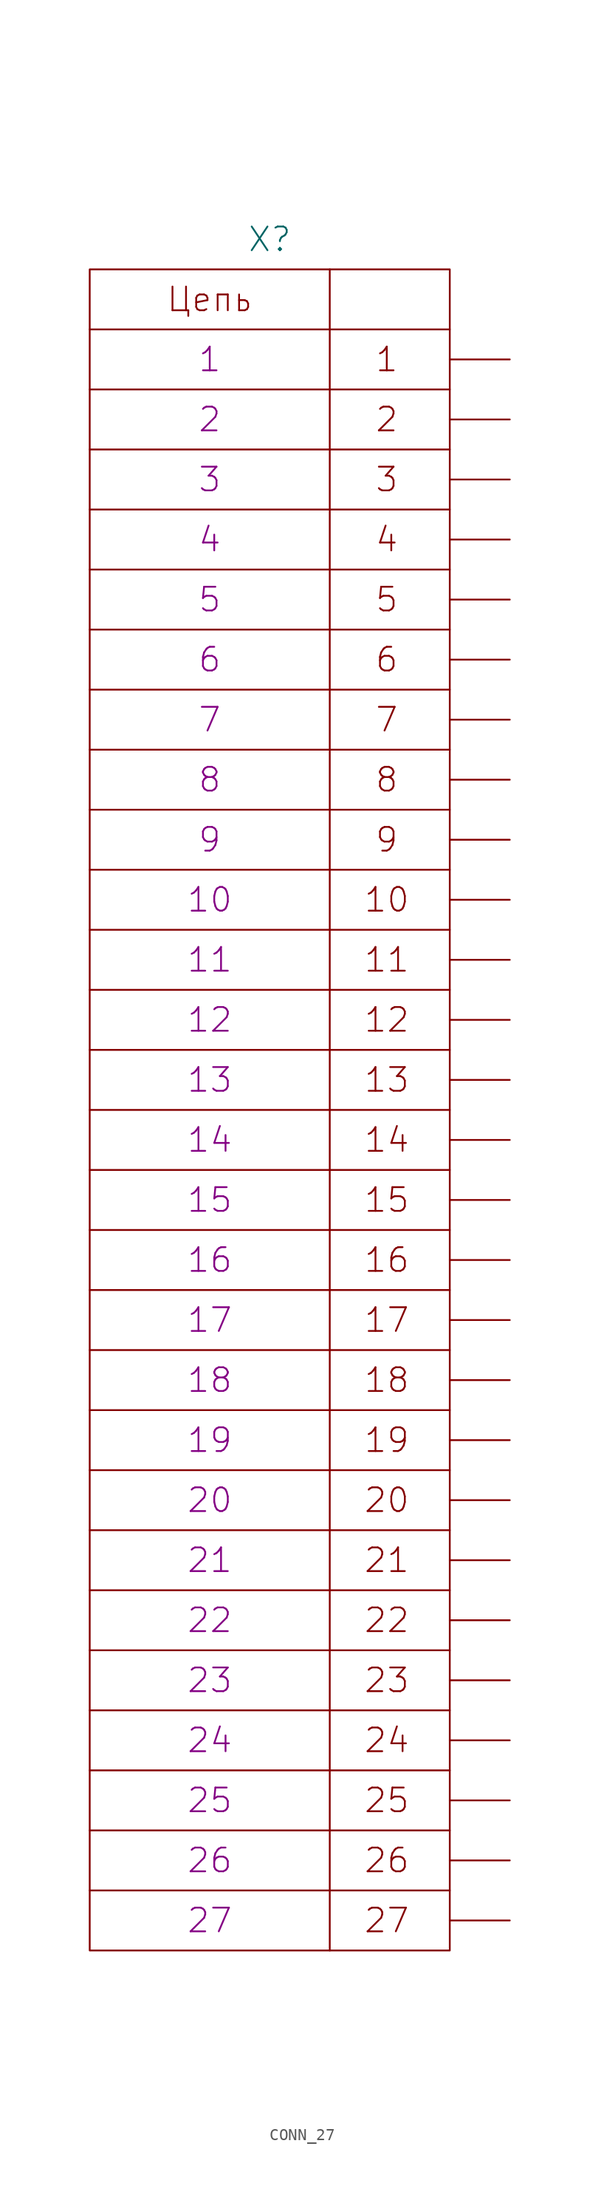
<source format=kicad_sym>
(kicad_symbol_lib
  (version 20231120)
  (generator "kicad_symbol_editor")
  (generator_version "8.0")
  (symbol "CONN_27"
    (pin_numbers hide)
    (pin_names
      (offset 0) hide)
    (property "Reference" "X"
      (at 0 73.66 0)
      (effects (font (size 2.007 2.007))))
    (property "PIN1" "1"
      (at -5.08 63.5 0)
      (effects (font (size 2.007 2.007))))
    (property "PIN2" "2"
      (at -5.08 58.42 0)
      (effects (font (size 2.007 2.007))))
    (property "PIN3" "3"
      (at -5.08 53.34 0)
      (effects (font (size 2.007 2.007))))
    (property "PIN4" "4"
      (at -5.08 48.26 0)
      (effects (font (size 2.007 2.007))))
    (property "PIN5" "5"
      (at -5.08 43.18 0)
      (effects (font (size 2.007 2.007))))
    (property "PIN6" "6"
      (at -5.08 38.1 0)
      (effects (font (size 2.007 2.007))))
    (property "PIN7" "7"
      (at -5.08 33.02 0)
      (effects (font (size 2.007 2.007))))
    (property "PIN8" "8"
      (at -5.08 27.94 0)
      (effects (font (size 2.007 2.007))))
    (property "PIN9" "9"
      (at -5.08 22.86 0)
      (effects (font (size 2.007 2.007))))
    (property "PIN10" "10"
      (at -5.08 17.78 0)
      (effects (font (size 2.007 2.007))))
    (property "PIN11" "11"
      (at -5.08 12.7 0)
      (effects (font (size 2.007 2.007))))
    (property "PIN12" "12"
      (at -5.08 7.62 0)
      (effects (font (size 2.007 2.007))))
    (property "PIN13" "13"
      (at -5.08 2.54 0)
      (effects (font (size 2.007 2.007))))
    (property "PIN14" "14"
      (at -5.08 -2.54 0)
      (effects (font (size 2.007 2.007))))
    (property "PIN15" "15"
      (at -5.08 -7.62 0)
      (effects (font (size 2.007 2.007))))
    (property "PIN16" "16"
      (at -5.08 -12.7 0)
      (effects (font (size 2.007 2.007))))
    (property "PIN17" "17"
      (at -5.08 -17.78 0)
      (effects (font (size 2.007 2.007))))
    (property "PIN18" "18"
      (at -5.08 -22.86 0)
      (effects (font (size 2.007 2.007))))
    (property "PIN19" "19"
      (at -5.08 -27.94 0)
      (effects (font (size 2.007 2.007))))
    (property "PIN20" "20"
      (at -5.08 -33.02 0)
      (effects (font (size 2.007 2.007))))
    (property "PIN21" "21"
      (at -5.08 -38.1 0)
      (effects (font (size 2.007 2.007))))
    (property "PIN22" "22"
      (at -5.08 -43.18 0)
      (effects (font (size 2.007 2.007))))
    (property "PIN23" "23"
      (at -5.08 -48.26 0)
      (effects (font (size 2.007 2.007))))
    (property "PIN24" "24"
      (at -5.08 -53.34 0)
      (effects (font (size 2.007 2.007))))
    (property "PIN25" "25"
      (at -5.08 -58.42 0)
      (effects (font (size 2.007 2.007))))
    (property "PIN26" "26"
      (at -5.08 -63.5 0)
      (effects (font (size 2.007 2.007))))
    (property "PIN27" "27"
      (at -5.08 -68.58 0)
      (effects (font (size 2.007 2.007))))
    (symbol "CONN_27_0_0"
      (polyline (pts (xy -15.24 -66.04) (xy 15.24 -66.04)) (stroke (width 0) (type solid)) (fill (type none)))
      (polyline (pts (xy -15.24 -60.96) (xy 15.24 -60.96)) (stroke (width 0) (type solid)) (fill (type none)))
      (polyline (pts (xy -15.24 -55.88) (xy 15.24 -55.88)) (stroke (width 0) (type solid)) (fill (type none)))
      (polyline (pts (xy -15.24 -50.8) (xy 15.24 -50.8)) (stroke (width 0) (type solid)) (fill (type none)))
      (polyline (pts (xy -15.24 -45.72) (xy 15.24 -45.72)) (stroke (width 0) (type solid)) (fill (type none)))
      (polyline (pts (xy -15.24 -40.64) (xy 15.24 -40.64)) (stroke (width 0) (type solid)) (fill (type none)))
      (polyline (pts (xy -15.24 -35.56) (xy 15.24 -35.56)) (stroke (width 0) (type solid)) (fill (type none)))
      (polyline (pts (xy -15.24 -30.48) (xy 15.24 -30.48)) (stroke (width 0) (type solid)) (fill (type none)))
      (polyline (pts (xy -15.24 -25.4) (xy 15.24 -25.4)) (stroke (width 0) (type solid)) (fill (type none)))
      (polyline (pts (xy -15.24 -20.32) (xy 15.24 -20.32)) (stroke (width 0) (type solid)) (fill (type none)))
      (polyline (pts (xy -15.24 -15.24) (xy 15.24 -15.24)) (stroke (width 0) (type solid)) (fill (type none)))
      (polyline (pts (xy -15.24 -10.16) (xy 15.24 -10.16)) (stroke (width 0) (type solid)) (fill (type none)))
      (polyline (pts (xy -15.24 -5.08) (xy 15.24 -5.08)) (stroke (width 0) (type solid)) (fill (type none)))
      (polyline (pts (xy -15.24 0) (xy 15.24 0)) (stroke (width 0) (type solid)) (fill (type none)))
      (polyline (pts (xy -15.24 5.08) (xy 15.24 5.08)) (stroke (width 0) (type solid)) (fill (type none)))
      (polyline (pts (xy -15.24 10.16) (xy 15.24 10.16)) (stroke (width 0) (type solid)) (fill (type none)))
      (polyline (pts (xy -15.24 15.24) (xy 15.24 15.24)) (stroke (width 0) (type solid)) (fill (type none)))
      (polyline (pts (xy -15.24 20.32) (xy 15.24 20.32)) (stroke (width 0) (type solid)) (fill (type none)))
      (polyline (pts (xy -15.24 25.4) (xy 15.24 25.4)) (stroke (width 0) (type solid)) (fill (type none)))
      (polyline (pts (xy -15.24 30.48) (xy 15.24 30.48)) (stroke (width 0) (type solid)) (fill (type none)))
      (polyline (pts (xy -15.24 35.56) (xy 15.24 35.56)) (stroke (width 0) (type solid)) (fill (type none)))
      (polyline (pts (xy -15.24 40.64) (xy 15.24 40.64)) (stroke (width 0) (type solid)) (fill (type none)))
      (polyline (pts (xy -15.24 45.72) (xy 15.24 45.72)) (stroke (width 0) (type solid)) (fill (type none)))
      (polyline (pts (xy -15.24 50.8) (xy 15.24 50.8)) (stroke (width 0) (type solid)) (fill (type none)))
      (polyline (pts (xy -15.24 55.88) (xy 15.24 55.88)) (stroke (width 0) (type solid)) (fill (type none)))
      (polyline (pts (xy -15.24 60.96) (xy 15.24 60.96)) (stroke (width 0) (type solid)) (fill (type none)))
      (polyline (pts (xy -15.24 66.04) (xy 15.24 66.04)) (stroke (width 0) (type solid)) (fill (type none)))
      (polyline (pts (xy 5.08 71.12) (xy 5.08 -71.12)) (stroke (width 0) (type solid)) (fill (type none)))
      (rectangle (start 15.24 71.12) (end -15.24 -71.12) (stroke (width 0) (type solid)) (fill (type none))))
    (symbol "CONN_27_1_1"
      (text "1" (at 9.906 63.5 0) (effects (font (size 2.007 2.007))))
      (text "10" (at 9.906 17.78 0) (effects (font (size 2.007 2.007))))
      (text "11" (at 9.906 12.7 0) (effects (font (size 2.007 2.007))))
      (text "12" (at 9.906 7.62 0) (effects (font (size 2.007 2.007))))
      (text "13" (at 9.906 2.54 0) (effects (font (size 2.007 2.007))))
      (text "14" (at 9.906 -2.54 0) (effects (font (size 2.007 2.007))))
      (text "15" (at 9.906 -7.62 0) (effects (font (size 2.007 2.007))))
      (text "16" (at 9.906 -12.7 0) (effects (font (size 2.007 2.007))))
      (text "17" (at 9.906 -17.78 0) (effects (font (size 2.007 2.007))))
      (text "18" (at 9.906 -22.86 0) (effects (font (size 2.007 2.007))))
      (text "19" (at 9.906 -27.94 0) (effects (font (size 2.007 2.007))))
      (text "2" (at 9.906 58.42 0) (effects (font (size 2.007 2.007))))
      (text "20" (at 9.906 -33.02 0) (effects (font (size 2.007 2.007))))
      (text "21" (at 9.906 -38.1 0) (effects (font (size 2.007 2.007))))
      (text "22" (at 9.906 -43.18 0) (effects (font (size 2.007 2.007))))
      (text "23" (at 9.906 -48.26 0) (effects (font (size 2.007 2.007))))
      (text "24" (at 9.906 -53.34 0) (effects (font (size 2.007 2.007))))
      (text "25" (at 9.906 -58.42 0) (effects (font (size 2.007 2.007))))
      (text "26" (at 9.906 -63.5 0) (effects (font (size 2.007 2.007))))
      (text "27" (at 9.906 -68.58 0) (effects (font (size 2.007 2.007))))
      (text "3" (at 9.906 53.34 0) (effects (font (size 2.007 2.007))))
      (text "4" (at 9.906 48.26 0) (effects (font (size 2.007 2.007))))
      (text "5" (at 9.906 43.18 0) (effects (font (size 2.007 2.007))))
      (text "6" (at 9.906 38.1 0) (effects (font (size 2.007 2.007))))
      (text "7" (at 9.906 33.02 0) (effects (font (size 2.007 2.007))))
      (text "8" (at 9.906 27.94 0) (effects (font (size 2.007 2.007))))
      (text "9" (at 9.906 22.86 0) (effects (font (size 2.007 2.007))))
      (text "Цепь" (at -5.08 68.58 0) (effects (font (size 2.007 2.007))))
      (pin passive line (at 20.32 63.5 180) (length 5.08) (name "1" (effects (font (size 2.007 2.007)))) (number "1" (effects (font (size 2.007 2.007)))))
      (pin passive line (at 20.32 17.78 180) (length 5.08) (name "10" (effects (font (size 2.007 2.007)))) (number "10" (effects (font (size 2.007 2.007)))))
      (pin passive line (at 20.32 12.7 180) (length 5.08) (name "11" (effects (font (size 2.007 2.007)))) (number "11" (effects (font (size 2.007 2.007)))))
      (pin passive line (at 20.32 7.62 180) (length 5.08) (name "12" (effects (font (size 2.007 2.007)))) (number "12" (effects (font (size 2.007 2.007)))))
      (pin passive line (at 20.32 2.54 180) (length 5.08) (name "13" (effects (font (size 2.007 2.007)))) (number "13" (effects (font (size 2.007 2.007)))))
      (pin passive line (at 20.32 -2.54 180) (length 5.08) (name "14" (effects (font (size 2.007 2.007)))) (number "14" (effects (font (size 2.007 2.007)))))
      (pin passive line (at 20.32 -7.62 180) (length 5.08) (name "15" (effects (font (size 2.007 2.007)))) (number "15" (effects (font (size 2.007 2.007)))))
      (pin passive line (at 20.32 -12.7 180) (length 5.08) (name "16" (effects (font (size 2.007 2.007)))) (number "16" (effects (font (size 2.007 2.007)))))
      (pin passive line (at 20.32 -17.78 180) (length 5.08) (name "17" (effects (font (size 2.007 2.007)))) (number "17" (effects (font (size 2.007 2.007)))))
      (pin passive line (at 20.32 -22.86 180) (length 5.08) (name "18" (effects (font (size 2.007 2.007)))) (number "18" (effects (font (size 2.007 2.007)))))
      (pin passive line (at 20.32 -27.94 180) (length 5.08) (name "19" (effects (font (size 2.007 2.007)))) (number "19" (effects (font (size 2.007 2.007)))))
      (pin passive line (at 20.32 58.42 180) (length 5.08) (name "2" (effects (font (size 2.007 2.007)))) (number "2" (effects (font (size 2.007 2.007)))))
      (pin passive line (at 20.32 -33.02 180) (length 5.08) (name "20" (effects (font (size 2.007 2.007)))) (number "20" (effects (font (size 2.007 2.007)))))
      (pin passive line (at 20.32 -38.1 180) (length 5.08) (name "21" (effects (font (size 2.007 2.007)))) (number "21" (effects (font (size 2.007 2.007)))))
      (pin passive line (at 20.32 -43.18 180) (length 5.08) (name "22" (effects (font (size 2.007 2.007)))) (number "22" (effects (font (size 2.007 2.007)))))
      (pin passive line (at 20.32 -48.26 180) (length 5.08) (name "23" (effects (font (size 2.007 2.007)))) (number "23" (effects (font (size 2.007 2.007)))))
      (pin passive line (at 20.32 -53.34 180) (length 5.08) (name "24" (effects (font (size 2.007 2.007)))) (number "24" (effects (font (size 2.007 2.007)))))
      (pin passive line (at 20.32 -58.42 180) (length 5.08) (name "25" (effects (font (size 2.007 2.007)))) (number "25" (effects (font (size 2.007 2.007)))))
      (pin passive line (at 20.32 -63.5 180) (length 5.08) (name "26" (effects (font (size 2.007 2.007)))) (number "26" (effects (font (size 2.007 2.007)))))
      (pin passive line (at 20.32 -68.58 180) (length 5.08) (name "27" (effects (font (size 2.007 2.007)))) (number "27" (effects (font (size 2.007 2.007)))))
      (pin passive line (at 20.32 53.34 180) (length 5.08) (name "3" (effects (font (size 2.007 2.007)))) (number "3" (effects (font (size 2.007 2.007)))))
      (pin passive line (at 20.32 48.26 180) (length 5.08) (name "4" (effects (font (size 2.007 2.007)))) (number "4" (effects (font (size 2.007 2.007)))))
      (pin passive line (at 20.32 43.18 180) (length 5.08) (name "5" (effects (font (size 2.007 2.007)))) (number "5" (effects (font (size 2.007 2.007)))))
      (pin passive line (at 20.32 38.1 180) (length 5.08) (name "6" (effects (font (size 2.007 2.007)))) (number "6" (effects (font (size 2.007 2.007)))))
      (pin passive line (at 20.32 33.02 180) (length 5.08) (name "7" (effects (font (size 2.007 2.007)))) (number "7" (effects (font (size 2.007 2.007)))))
      (pin passive line (at 20.32 27.94 180) (length 5.08) (name "8" (effects (font (size 2.007 2.007)))) (number "8" (effects (font (size 2.007 2.007)))))
      (pin passive line (at 20.32 22.86 180) (length 5.08) (name "9" (effects (font (size 2.007 2.007)))) (number "9" (effects (font (size 2.007 2.007))))))))
</source>
